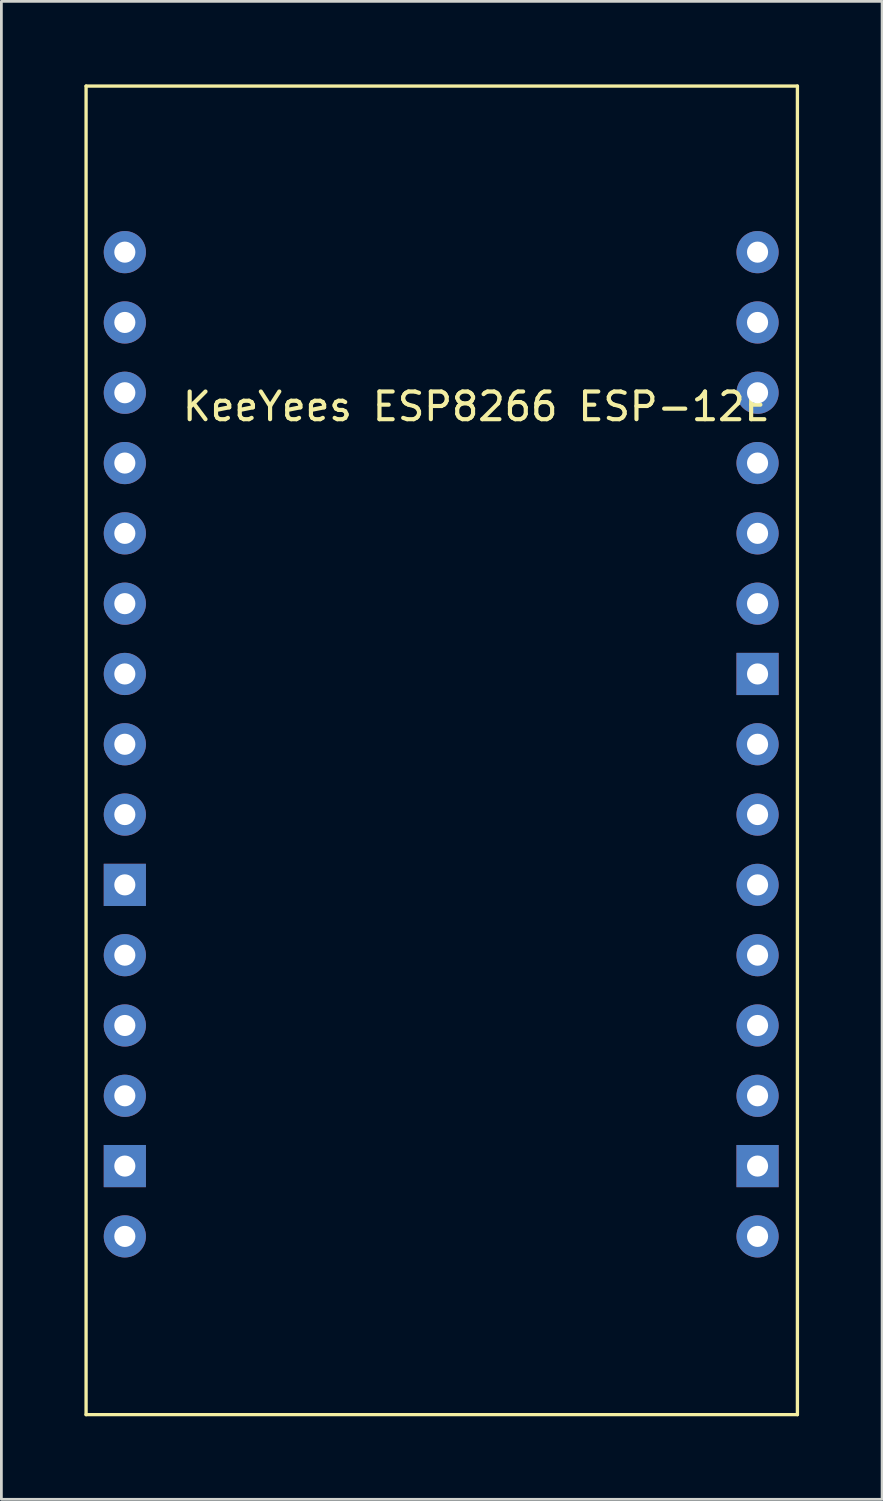
<source format=kicad_pcb>
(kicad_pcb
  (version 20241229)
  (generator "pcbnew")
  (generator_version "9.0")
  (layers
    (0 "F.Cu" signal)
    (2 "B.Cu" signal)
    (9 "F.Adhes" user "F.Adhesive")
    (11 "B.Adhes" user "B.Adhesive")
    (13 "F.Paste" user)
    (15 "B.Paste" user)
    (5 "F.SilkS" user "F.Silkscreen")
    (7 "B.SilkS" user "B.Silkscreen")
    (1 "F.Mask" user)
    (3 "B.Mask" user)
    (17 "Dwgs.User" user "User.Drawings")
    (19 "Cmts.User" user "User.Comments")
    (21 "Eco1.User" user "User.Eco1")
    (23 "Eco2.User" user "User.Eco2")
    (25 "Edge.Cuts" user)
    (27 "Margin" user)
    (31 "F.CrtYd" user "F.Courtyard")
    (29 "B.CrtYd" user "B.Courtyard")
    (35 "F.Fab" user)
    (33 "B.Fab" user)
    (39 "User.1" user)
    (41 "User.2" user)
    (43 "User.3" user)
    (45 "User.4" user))
  (footprint "KeeYees ESP8266 ESP-12E"
    (layer "F.Cu")
    (at 1.46 6.06)
    (property "Reference" "KeeYees ESP8266 ESP-12E" (at 12.7 5.58 0) (layer "F.SilkS") (effects (font (size 1 1) (thickness 0.15))))
    (attr through_hole)
    (fp_line (start -1.4 -6) (end -1.4 42) (stroke (width 0.12) (type solid)) (layer "F.SilkS"))
    (fp_line (start -1.4 42) (end 24.3 42) (stroke (width 0.12) (type solid)) (layer "F.SilkS"))
    (fp_line (start 24.3 -6) (end -1.4 -6) (stroke (width 0.12) (type solid)) (layer "F.SilkS"))
    (fp_line (start 24.3 42) (end 24.3 -6) (stroke (width 0.12) (type solid)) (layer "F.SilkS"))
    (pad "1" thru_hole circle (at 0 0) (size 1.524 1.524) (drill 0.762) (layers "*.Cu" "*.Mask"))
    (pad "2" thru_hole circle (at 0 2.54) (size 1.524 1.524) (drill 0.762) (layers "*.Cu" "*.Mask"))
    (pad "3" thru_hole circle (at 0 5.08) (size 1.524 1.524) (drill 0.762) (layers "*.Cu" "*.Mask"))
    (pad "4" thru_hole circle (at 0 7.62) (size 1.524 1.524) (drill 0.762) (layers "*.Cu" "*.Mask"))
    (pad "5" thru_hole circle (at 0 10.16) (size 1.524 1.524) (drill 0.762) (layers "*.Cu" "*.Mask"))
    (pad "6" thru_hole circle (at 0 12.7) (size 1.524 1.524) (drill 0.762) (layers "*.Cu" "*.Mask"))
    (pad "7" thru_hole circle (at 0 15.24) (size 1.524 1.524) (drill 0.762) (layers "*.Cu" "*.Mask"))
    (pad "8" thru_hole circle (at 0 17.78) (size 1.524 1.524) (drill 0.762) (layers "*.Cu" "*.Mask"))
    (pad "9" thru_hole circle (at 0 20.32) (size 1.524 1.524) (drill 0.762) (layers "*.Cu" "*.Mask"))
    (pad "10" thru_hole rect (at 0 22.86) (size 1.524 1.524) (drill 0.762) (layers "*.Cu" "*.Mask"))
    (pad "11" thru_hole circle (at 0 25.4) (size 1.524 1.524) (drill 0.762) (layers "*.Cu" "*.Mask"))
    (pad "12" thru_hole circle (at 0 27.94) (size 1.524 1.524) (drill 0.762) (layers "*.Cu" "*.Mask"))
    (pad "13" thru_hole circle (at 0 30.48) (size 1.524 1.524) (drill 0.762) (layers "*.Cu" "*.Mask"))
    (pad "14" thru_hole rect (at 0 33.02) (size 1.524 1.524) (drill 0.762) (layers "*.Cu" "*.Mask"))
    (pad "15" thru_hole circle (at 0 35.56) (size 1.524 1.524) (drill 0.762) (layers "*.Cu" "*.Mask"))
    (pad "16" thru_hole circle (at 22.86 0) (size 1.524 1.524) (drill 0.762) (layers "*.Cu" "*.Mask"))
    (pad "17" thru_hole circle (at 22.86 2.54) (size 1.524 1.524) (drill 0.762) (layers "*.Cu" "*.Mask"))
    (pad "18" thru_hole circle (at 22.86 5.08) (size 1.524 1.524) (drill 0.762) (layers "*.Cu" "*.Mask"))
    (pad "19" thru_hole circle (at 22.86 7.62) (size 1.524 1.524) (drill 0.762) (layers "*.Cu" "*.Mask"))
    (pad "20" thru_hole circle (at 22.86 10.16) (size 1.524 1.524) (drill 0.762) (layers "*.Cu" "*.Mask"))
    (pad "21" thru_hole circle (at 22.86 12.7) (size 1.524 1.524) (drill 0.762) (layers "*.Cu" "*.Mask"))
    (pad "22" thru_hole rect (at 22.86 15.24) (size 1.524 1.524) (drill 0.762) (layers "*.Cu" "*.Mask"))
    (pad "23" thru_hole circle (at 22.86 17.78) (size 1.524 1.524) (drill 0.762) (layers "*.Cu" "*.Mask"))
    (pad "24" thru_hole circle (at 22.86 20.32) (size 1.524 1.524) (drill 0.762) (layers "*.Cu" "*.Mask"))
    (pad "25" thru_hole circle (at 22.86 22.86) (size 1.524 1.524) (drill 0.762) (layers "*.Cu" "*.Mask"))
    (pad "26" thru_hole circle (at 22.86 25.4) (size 1.524 1.524) (drill 0.762) (layers "*.Cu" "*.Mask"))
    (pad "27" thru_hole circle (at 22.86 27.94) (size 1.524 1.524) (drill 0.762) (layers "*.Cu" "*.Mask"))
    (pad "28" thru_hole circle (at 22.86 30.48) (size 1.524 1.524) (drill 0.762) (layers "*.Cu" "*.Mask"))
    (pad "29" thru_hole rect (at 22.86 33.02) (size 1.524 1.524) (drill 0.762) (layers "*.Cu" "*.Mask"))
    (pad "30" thru_hole circle (at 22.86 35.56) (size 1.524 1.524) (drill 0.762) (layers "*.Cu" "*.Mask")))
  (gr_rect
    (start -3 -3)
    (end 28.82 51.12)
    (stroke (width 0.1) (type default))
    (fill no)
    (layer "Edge.Cuts")))
</source>
